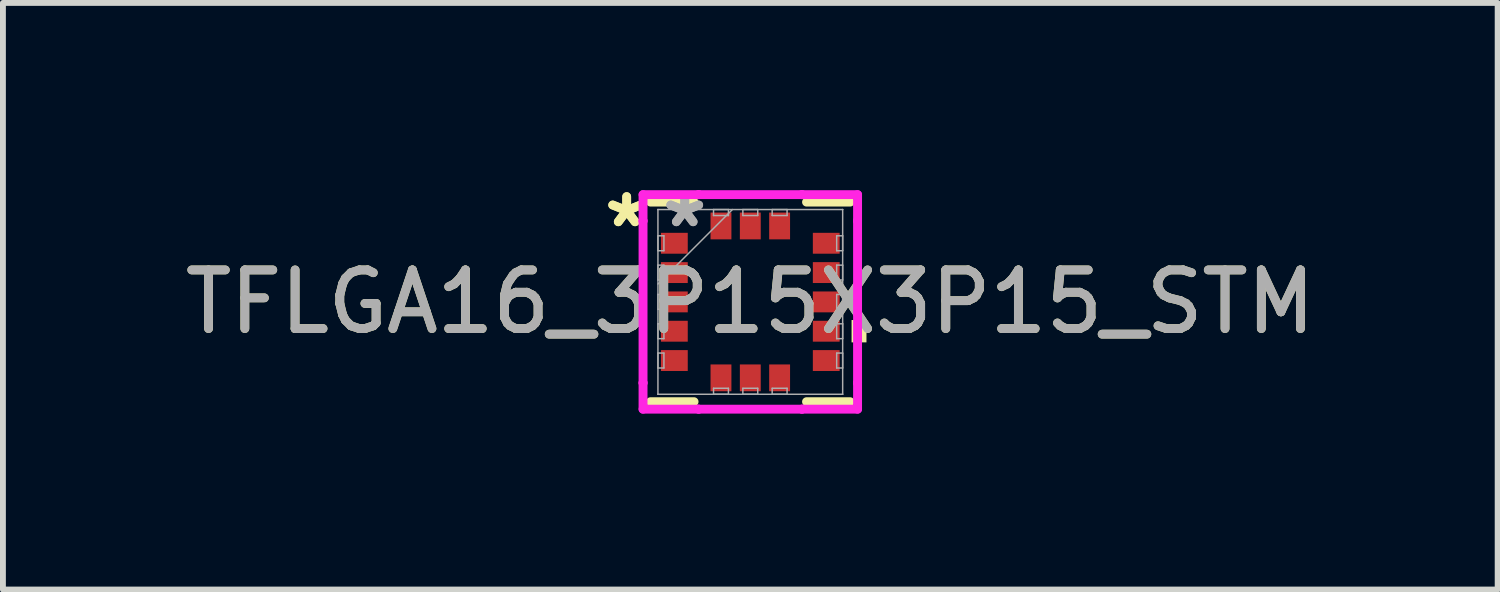
<source format=kicad_pcb>
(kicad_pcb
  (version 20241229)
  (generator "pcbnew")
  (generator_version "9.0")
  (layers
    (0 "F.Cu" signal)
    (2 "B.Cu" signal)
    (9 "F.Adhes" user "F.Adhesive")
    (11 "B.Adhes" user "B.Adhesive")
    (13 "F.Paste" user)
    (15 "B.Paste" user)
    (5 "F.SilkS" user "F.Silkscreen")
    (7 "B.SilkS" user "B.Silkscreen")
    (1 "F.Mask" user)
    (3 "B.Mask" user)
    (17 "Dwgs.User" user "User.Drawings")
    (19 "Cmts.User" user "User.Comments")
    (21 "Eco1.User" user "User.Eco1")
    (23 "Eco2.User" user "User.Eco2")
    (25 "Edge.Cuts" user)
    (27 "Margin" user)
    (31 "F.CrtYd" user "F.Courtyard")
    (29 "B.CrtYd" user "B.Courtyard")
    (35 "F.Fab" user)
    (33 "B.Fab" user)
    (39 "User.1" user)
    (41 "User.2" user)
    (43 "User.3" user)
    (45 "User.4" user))
  (footprint "TFLGA16_3P15X3P15_STM"
    (layer "F.Cu")
    (at 9.744 2.098)
    (property "Reference" "TFLGA16_3P15X3P15_STM" (at 0 0 0) (unlocked yes) (layer "F.SilkS") (effects (font (size 1 1) (thickness 0.15))))
    (attr smd)
    (fp_line (start -1.702 1.702) (end -0.959 1.702) (stroke (width 0.152) (type solid)) (layer "F.SilkS"))
    (fp_line (start -0.959 -1.702) (end -1.702 -1.702) (stroke (width 0.152) (type solid)) (layer "F.SilkS"))
    (fp_line (start 0.959 1.702) (end 1.702 1.702) (stroke (width 0.152) (type solid)) (layer "F.SilkS"))
    (fp_line (start 1.702 -1.702) (end 0.959 -1.702) (stroke (width 0.152) (type solid)) (layer "F.SilkS"))
    (fp_poly (pts (xy 1.981 0.309) (xy 1.981 0.69) (xy 1.727 0.69) (xy 1.727 0.309)) (stroke (width 0) (type solid)) (fill yes) (layer "F.SilkS"))
    (fp_line (start -1.829 -1.829) (end -0.881 -1.829) (stroke (width 0.152) (type solid)) (layer "F.CrtYd"))
    (fp_line (start -1.829 -1.381) (end -1.829 -1.829) (stroke (width 0.152) (type solid)) (layer "F.CrtYd"))
    (fp_line (start -1.829 -1.381) (end -1.829 -1.381) (stroke (width 0.152) (type solid)) (layer "F.CrtYd"))
    (fp_line (start -1.829 1.381) (end -1.829 -1.381) (stroke (width 0.152) (type solid)) (layer "F.CrtYd"))
    (fp_line (start -1.829 1.381) (end -1.829 1.381) (stroke (width 0.152) (type solid)) (layer "F.CrtYd"))
    (fp_line (start -1.829 1.829) (end -1.829 1.381) (stroke (width 0.152) (type solid)) (layer "F.CrtYd"))
    (fp_line (start -0.881 -1.829) (end -0.881 -1.829) (stroke (width 0.152) (type solid)) (layer "F.CrtYd"))
    (fp_line (start -0.881 -1.829) (end 0.881 -1.829) (stroke (width 0.152) (type solid)) (layer "F.CrtYd"))
    (fp_line (start -0.881 1.829) (end -1.829 1.829) (stroke (width 0.152) (type solid)) (layer "F.CrtYd"))
    (fp_line (start -0.881 1.829) (end -0.881 1.829) (stroke (width 0.152) (type solid)) (layer "F.CrtYd"))
    (fp_line (start 0.881 -1.829) (end 0.881 -1.829) (stroke (width 0.152) (type solid)) (layer "F.CrtYd"))
    (fp_line (start 0.881 -1.829) (end 1.829 -1.829) (stroke (width 0.152) (type solid)) (layer "F.CrtYd"))
    (fp_line (start 0.881 1.829) (end -0.881 1.829) (stroke (width 0.152) (type solid)) (layer "F.CrtYd"))
    (fp_line (start 0.881 1.829) (end 0.881 1.829) (stroke (width 0.152) (type solid)) (layer "F.CrtYd"))
    (fp_line (start 1.829 -1.829) (end 1.829 -1.381) (stroke (width 0.152) (type solid)) (layer "F.CrtYd"))
    (fp_line (start 1.829 -1.381) (end 1.829 -1.381) (stroke (width 0.152) (type solid)) (layer "F.CrtYd"))
    (fp_line (start 1.829 -1.381) (end 1.829 1.381) (stroke (width 0.152) (type solid)) (layer "F.CrtYd"))
    (fp_line (start 1.829 1.381) (end 1.829 1.381) (stroke (width 0.152) (type solid)) (layer "F.CrtYd"))
    (fp_line (start 1.829 1.381) (end 1.829 1.829) (stroke (width 0.152) (type solid)) (layer "F.CrtYd"))
    (fp_line (start 1.829 1.829) (end 0.881 1.829) (stroke (width 0.152) (type solid)) (layer "F.CrtYd"))
    (fp_line (start -1.575 -1.575) (end -1.575 -1.575) (stroke (width 0.025) (type solid)) (layer "F.Fab"))
    (fp_line (start -1.575 -1.575) (end -1.575 1.575) (stroke (width 0.025) (type solid)) (layer "F.Fab"))
    (fp_line (start -1.575 -1.127) (end -1.473 -1.127) (stroke (width 0.025) (type solid)) (layer "F.Fab"))
    (fp_line (start -1.575 -0.873) (end -1.575 -1.127) (stroke (width 0.025) (type solid)) (layer "F.Fab"))
    (fp_line (start -1.575 -0.627) (end -1.473 -0.627) (stroke (width 0.025) (type solid)) (layer "F.Fab"))
    (fp_line (start -1.575 -0.373) (end -1.575 -0.627) (stroke (width 0.025) (type solid)) (layer "F.Fab"))
    (fp_line (start -1.575 -0.305) (end -0.305 -1.575) (stroke (width 0.025) (type solid)) (layer "F.Fab"))
    (fp_line (start -1.575 -0.127) (end -1.473 -0.127) (stroke (width 0.025) (type solid)) (layer "F.Fab"))
    (fp_line (start -1.575 0.127) (end -1.575 -0.127) (stroke (width 0.025) (type solid)) (layer "F.Fab"))
    (fp_line (start -1.575 0.373) (end -1.473 0.373) (stroke (width 0.025) (type solid)) (layer "F.Fab"))
    (fp_line (start -1.575 0.627) (end -1.575 0.373) (stroke (width 0.025) (type solid)) (layer "F.Fab"))
    (fp_line (start -1.575 0.873) (end -1.473 0.873) (stroke (width 0.025) (type solid)) (layer "F.Fab"))
    (fp_line (start -1.575 1.127) (end -1.575 0.873) (stroke (width 0.025) (type solid)) (layer "F.Fab"))
    (fp_line (start -1.575 1.575) (end -1.575 1.575) (stroke (width 0.025) (type solid)) (layer "F.Fab"))
    (fp_line (start -1.575 1.575) (end 1.575 1.575) (stroke (width 0.025) (type solid)) (layer "F.Fab"))
    (fp_line (start -1.473 -1.127) (end -1.473 -0.873) (stroke (width 0.025) (type solid)) (layer "F.Fab"))
    (fp_line (start -1.473 -0.873) (end -1.575 -0.873) (stroke (width 0.025) (type solid)) (layer "F.Fab"))
    (fp_line (start -1.473 -0.627) (end -1.473 -0.373) (stroke (width 0.025) (type solid)) (layer "F.Fab"))
    (fp_line (start -1.473 -0.373) (end -1.575 -0.373) (stroke (width 0.025) (type solid)) (layer "F.Fab"))
    (fp_line (start -1.473 -0.127) (end -1.473 0.127) (stroke (width 0.025) (type solid)) (layer "F.Fab"))
    (fp_line (start -1.473 0.127) (end -1.575 0.127) (stroke (width 0.025) (type solid)) (layer "F.Fab"))
    (fp_line (start -1.473 0.373) (end -1.473 0.627) (stroke (width 0.025) (type solid)) (layer "F.Fab"))
    (fp_line (start -1.473 0.627) (end -1.575 0.627) (stroke (width 0.025) (type solid)) (layer "F.Fab"))
    (fp_line (start -1.473 0.873) (end -1.473 1.127) (stroke (width 0.025) (type solid)) (layer "F.Fab"))
    (fp_line (start -1.473 1.127) (end -1.575 1.127) (stroke (width 0.025) (type solid)) (layer "F.Fab"))
    (fp_line (start -0.627 -1.575) (end -0.373 -1.575) (stroke (width 0.025) (type solid)) (layer "F.Fab"))
    (fp_line (start -0.627 -1.473) (end -0.627 -1.575) (stroke (width 0.025) (type solid)) (layer "F.Fab"))
    (fp_line (start -0.627 1.473) (end -0.373 1.473) (stroke (width 0.025) (type solid)) (layer "F.Fab"))
    (fp_line (start -0.627 1.575) (end -0.627 1.473) (stroke (width 0.025) (type solid)) (layer "F.Fab"))
    (fp_line (start -0.373 -1.575) (end -0.373 -1.473) (stroke (width 0.025) (type solid)) (layer "F.Fab"))
    (fp_line (start -0.373 -1.473) (end -0.627 -1.473) (stroke (width 0.025) (type solid)) (layer "F.Fab"))
    (fp_line (start -0.373 1.473) (end -0.373 1.575) (stroke (width 0.025) (type solid)) (layer "F.Fab"))
    (fp_line (start -0.373 1.575) (end -0.627 1.575) (stroke (width 0.025) (type solid)) (layer "F.Fab"))
    (fp_line (start -0.127 -1.575) (end 0.127 -1.575) (stroke (width 0.025) (type solid)) (layer "F.Fab"))
    (fp_line (start -0.127 -1.473) (end -0.127 -1.575) (stroke (width 0.025) (type solid)) (layer "F.Fab"))
    (fp_line (start -0.127 1.473) (end 0.127 1.473) (stroke (width 0.025) (type solid)) (layer "F.Fab"))
    (fp_line (start -0.127 1.575) (end -0.127 1.473) (stroke (width 0.025) (type solid)) (layer "F.Fab"))
    (fp_line (start 0.127 -1.575) (end 0.127 -1.473) (stroke (width 0.025) (type solid)) (layer "F.Fab"))
    (fp_line (start 0.127 -1.473) (end -0.127 -1.473) (stroke (width 0.025) (type solid)) (layer "F.Fab"))
    (fp_line (start 0.127 1.473) (end 0.127 1.575) (stroke (width 0.025) (type solid)) (layer "F.Fab"))
    (fp_line (start 0.127 1.575) (end -0.127 1.575) (stroke (width 0.025) (type solid)) (layer "F.Fab"))
    (fp_line (start 0.373 -1.575) (end 0.627 -1.575) (stroke (width 0.025) (type solid)) (layer "F.Fab"))
    (fp_line (start 0.373 -1.473) (end 0.373 -1.575) (stroke (width 0.025) (type solid)) (layer "F.Fab"))
    (fp_line (start 0.373 1.473) (end 0.627 1.473) (stroke (width 0.025) (type solid)) (layer "F.Fab"))
    (fp_line (start 0.373 1.575) (end 0.373 1.473) (stroke (width 0.025) (type solid)) (layer "F.Fab"))
    (fp_line (start 0.627 -1.575) (end 0.627 -1.473) (stroke (width 0.025) (type solid)) (layer "F.Fab"))
    (fp_line (start 0.627 -1.473) (end 0.373 -1.473) (stroke (width 0.025) (type solid)) (layer "F.Fab"))
    (fp_line (start 0.627 1.473) (end 0.627 1.575) (stroke (width 0.025) (type solid)) (layer "F.Fab"))
    (fp_line (start 0.627 1.575) (end 0.373 1.575) (stroke (width 0.025) (type solid)) (layer "F.Fab"))
    (fp_line (start 1.473 -1.127) (end 1.575 -1.127) (stroke (width 0.025) (type solid)) (layer "F.Fab"))
    (fp_line (start 1.473 -0.873) (end 1.473 -1.127) (stroke (width 0.025) (type solid)) (layer "F.Fab"))
    (fp_line (start 1.473 -0.627) (end 1.575 -0.627) (stroke (width 0.025) (type solid)) (layer "F.Fab"))
    (fp_line (start 1.473 -0.373) (end 1.473 -0.627) (stroke (width 0.025) (type solid)) (layer "F.Fab"))
    (fp_line (start 1.473 -0.127) (end 1.575 -0.127) (stroke (width 0.025) (type solid)) (layer "F.Fab"))
    (fp_line (start 1.473 0.127) (end 1.473 -0.127) (stroke (width 0.025) (type solid)) (layer "F.Fab"))
    (fp_line (start 1.473 0.373) (end 1.575 0.373) (stroke (width 0.025) (type solid)) (layer "F.Fab"))
    (fp_line (start 1.473 0.627) (end 1.473 0.373) (stroke (width 0.025) (type solid)) (layer "F.Fab"))
    (fp_line (start 1.473 0.873) (end 1.575 0.873) (stroke (width 0.025) (type solid)) (layer "F.Fab"))
    (fp_line (start 1.473 1.127) (end 1.473 0.873) (stroke (width 0.025) (type solid)) (layer "F.Fab"))
    (fp_line (start 1.575 -1.575) (end -1.575 -1.575) (stroke (width 0.025) (type solid)) (layer "F.Fab"))
    (fp_line (start 1.575 -1.575) (end 1.575 -1.575) (stroke (width 0.025) (type solid)) (layer "F.Fab"))
    (fp_line (start 1.575 -1.127) (end 1.575 -0.873) (stroke (width 0.025) (type solid)) (layer "F.Fab"))
    (fp_line (start 1.575 -0.873) (end 1.473 -0.873) (stroke (width 0.025) (type solid)) (layer "F.Fab"))
    (fp_line (start 1.575 -0.627) (end 1.575 -0.373) (stroke (width 0.025) (type solid)) (layer "F.Fab"))
    (fp_line (start 1.575 -0.373) (end 1.473 -0.373) (stroke (width 0.025) (type solid)) (layer "F.Fab"))
    (fp_line (start 1.575 -0.127) (end 1.575 0.127) (stroke (width 0.025) (type solid)) (layer "F.Fab"))
    (fp_line (start 1.575 0.127) (end 1.473 0.127) (stroke (width 0.025) (type solid)) (layer "F.Fab"))
    (fp_line (start 1.575 0.373) (end 1.575 0.627) (stroke (width 0.025) (type solid)) (layer "F.Fab"))
    (fp_line (start 1.575 0.627) (end 1.473 0.627) (stroke (width 0.025) (type solid)) (layer "F.Fab"))
    (fp_line (start 1.575 0.873) (end 1.575 1.127) (stroke (width 0.025) (type solid)) (layer "F.Fab"))
    (fp_line (start 1.575 1.127) (end 1.473 1.127) (stroke (width 0.025) (type solid)) (layer "F.Fab"))
    (fp_line (start 1.575 1.575) (end 1.575 -1.575) (stroke (width 0.025) (type solid)) (layer "F.Fab"))
    (fp_line (start 1.575 1.575) (end 1.575 1.575) (stroke (width 0.025) (type solid)) (layer "F.Fab"))
    (fp_text user "*" (at -2.108 -1.25 0) (unlocked yes) (layer "F.SilkS") (effects (font (size 1 1) (thickness 0.15))))
    (fp_text user "*" (at -2.108 -1.25 0) (layer "F.SilkS") (effects (font (size 1 1) (thickness 0.15))))
    (fp_text user "${REFERENCE}" (at 0 0 0) (unlocked yes) (layer "F.Fab") (effects (font (size 1 1) (thickness 0.15))))
    (fp_text user "*" (at -1.118 -1.25 0) (layer "F.Fab") (effects (font (size 1 1) (thickness 0.15))))
    (fp_text user "*" (at -1.118 -1.25 0) (unlocked yes) (layer "F.Fab") (effects (font (size 1 1) (thickness 0.15))))
    (pad "1" smd rect (at -1.295 -1 90) (size 0.356 0.457) (layers "F.Cu" "F.Mask" "F.Paste"))
    (pad "2" smd rect (at -1.295 -0.5 90) (size 0.356 0.457) (layers "F.Cu" "F.Mask" "F.Paste"))
    (pad "3" smd rect (at -1.295 0 90) (size 0.356 0.457) (layers "F.Cu" "F.Mask" "F.Paste"))
    (pad "4" smd rect (at -1.295 0.5 90) (size 0.356 0.457) (layers "F.Cu" "F.Mask" "F.Paste"))
    (pad "5" smd rect (at -1.295 1 90) (size 0.356 0.457) (layers "F.Cu" "F.Mask" "F.Paste"))
    (pad "6" smd rect (at -0.5 1.295) (size 0.356 0.457) (layers "F.Cu" "F.Mask" "F.Paste"))
    (pad "7" smd rect (at 0 1.295) (size 0.356 0.457) (layers "F.Cu" "F.Mask" "F.Paste"))
    (pad "8" smd rect (at 0.5 1.295) (size 0.356 0.457) (layers "F.Cu" "F.Mask" "F.Paste"))
    (pad "9" smd rect (at 1.295 1 90) (size 0.356 0.457) (layers "F.Cu" "F.Mask" "F.Paste"))
    (pad "10" smd rect (at 1.295 0.5 90) (size 0.356 0.457) (layers "F.Cu" "F.Mask" "F.Paste"))
    (pad "11" smd rect (at 1.295 0 90) (size 0.356 0.457) (layers "F.Cu" "F.Mask" "F.Paste"))
    (pad "12" smd rect (at 1.295 -0.5 90) (size 0.356 0.457) (layers "F.Cu" "F.Mask" "F.Paste"))
    (pad "13" smd rect (at 1.295 -1 90) (size 0.356 0.457) (layers "F.Cu" "F.Mask" "F.Paste"))
    (pad "14" smd rect (at 0.5 -1.295) (size 0.356 0.457) (layers "F.Cu" "F.Mask" "F.Paste"))
    (pad "15" smd rect (at 0 -1.295) (size 0.356 0.457) (layers "F.Cu" "F.Mask" "F.Paste"))
    (pad "16" smd rect (at -0.5 -1.295) (size 0.356 0.457) (layers "F.Cu" "F.Mask" "F.Paste")))
  (gr_rect
    (start -3 -3)
    (end 22.488 7.003)
    (stroke (width 0.1) (type default))
    (fill no)
    (layer "Edge.Cuts")))
</source>
